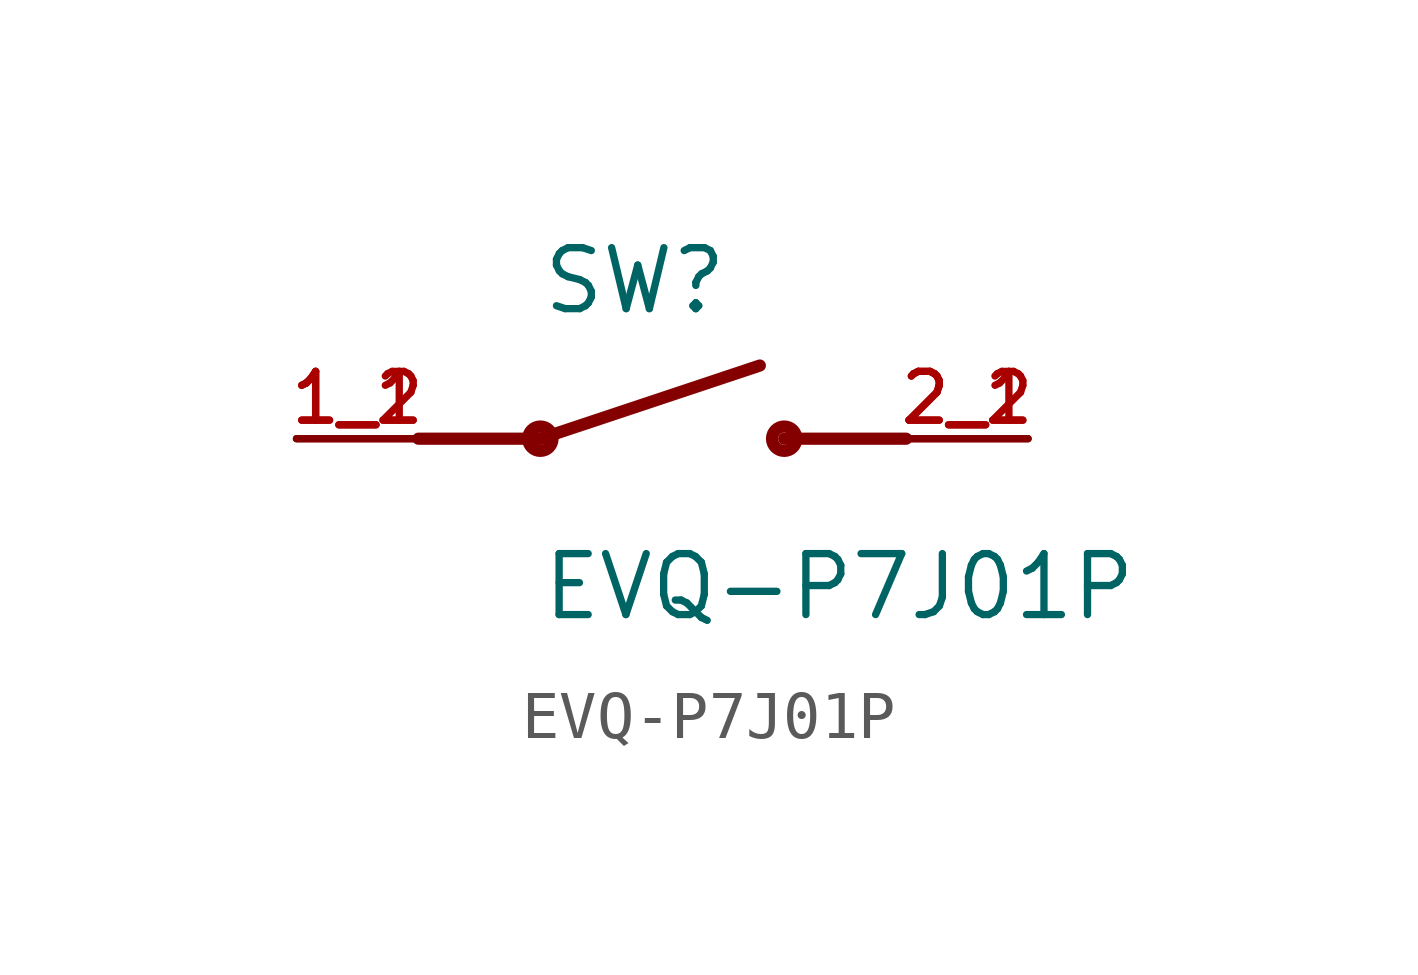
<source format=kicad_sym>
(kicad_symbol_lib
  (version 20211014)
  (generator kicad_symbol_editor)
  (symbol "EVQ-P7J01P"
    (pin_names
      (offset 1.016))
    (property "Reference" "SW"
      (at -2.546 2.546 0)
      (effects (font (size 1.27 1.27)) (justify bottom left)))
    (property "Value" "EVQ-P7J01P"
      (at -2.551 -3.827 0)
      (effects (font (size 1.27 1.27)) (justify bottom left)))
    (symbol "EVQ-P7J01P_0_0"
      (circle (center -2.54 0.0) (radius 0.254) (stroke (width 0.254)) (fill (type none)))
      (circle (center 2.54 0.0) (radius 0.254) (stroke (width 0.254)) (fill (type none)))
      (polyline (pts (xy -2.54 0.0) (xy 2.032 1.524)) (stroke (width 0.254)))
      (polyline (pts (xy -2.54 0.0) (xy -5.08 0.0)) (stroke (width 0.254)))
      (polyline (pts (xy 2.54 0.0) (xy 5.08 0.0)) (stroke (width 0.254)))
      (pin passive line (at -7.62 0.0 0) (length 2.54) (name "~" (effects (font (size 1.016 1.016)))) (number "1_1" (effects (font (size 1.016 1.016)))))
      (pin passive line (at -7.62 0.0 0) (length 2.54) (name "~" (effects (font (size 1.016 1.016)))) (number "1_2" (effects (font (size 1.016 1.016)))))
      (pin passive line (at 7.62 0.0 180.0) (length 2.54) (name "~" (effects (font (size 1.016 1.016)))) (number "2_1" (effects (font (size 1.016 1.016)))))
      (pin passive line (at 7.62 0.0 180.0) (length 2.54) (name "~" (effects (font (size 1.016 1.016)))) (number "2_2" (effects (font (size 1.016 1.016))))))))
</source>
